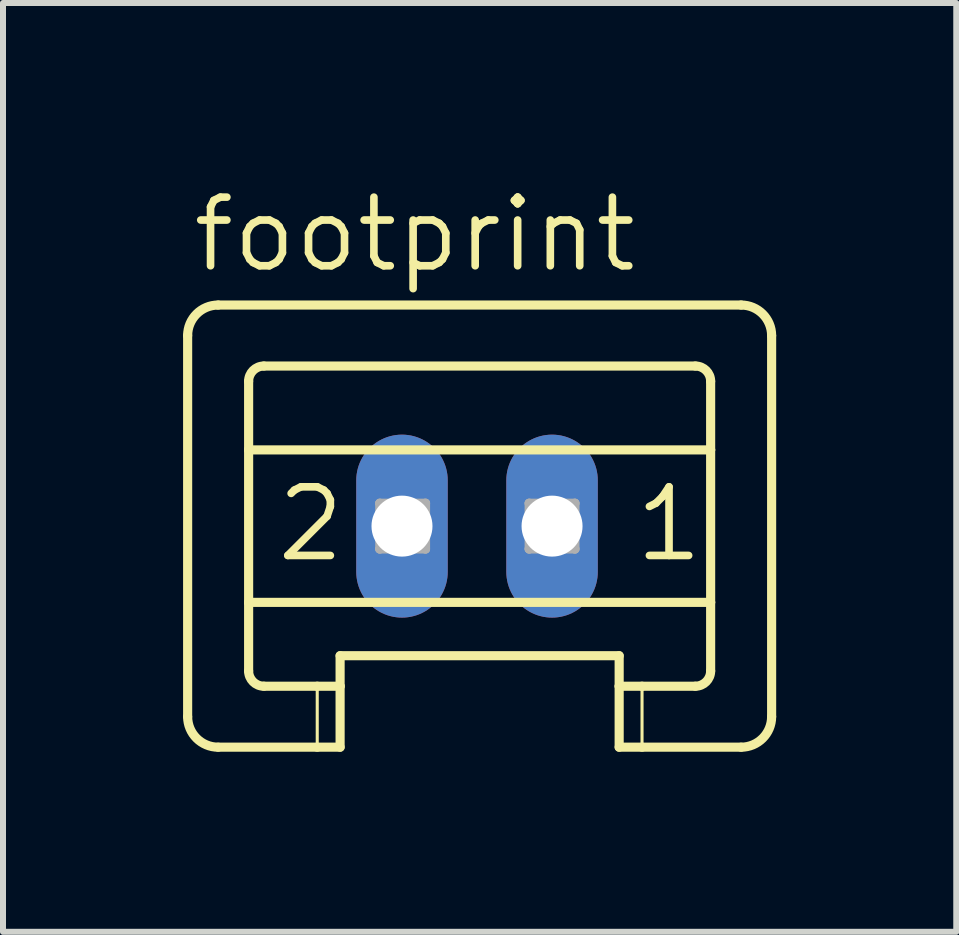
<source format=kicad_pcb>
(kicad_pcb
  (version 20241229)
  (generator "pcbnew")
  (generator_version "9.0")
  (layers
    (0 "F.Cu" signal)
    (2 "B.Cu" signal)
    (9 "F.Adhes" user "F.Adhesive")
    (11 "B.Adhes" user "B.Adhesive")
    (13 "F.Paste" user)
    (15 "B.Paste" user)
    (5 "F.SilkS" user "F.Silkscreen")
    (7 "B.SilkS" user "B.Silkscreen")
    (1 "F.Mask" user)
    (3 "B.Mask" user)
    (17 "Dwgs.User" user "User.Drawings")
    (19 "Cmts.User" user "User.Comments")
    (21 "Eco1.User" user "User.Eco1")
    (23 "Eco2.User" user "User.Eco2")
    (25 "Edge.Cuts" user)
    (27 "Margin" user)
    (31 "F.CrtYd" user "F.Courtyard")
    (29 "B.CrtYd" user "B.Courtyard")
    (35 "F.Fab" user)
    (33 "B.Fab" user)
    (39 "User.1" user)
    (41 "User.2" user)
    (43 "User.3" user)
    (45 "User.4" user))
  (footprint "footprint"
    (layer "F.Cu")
    (at 4.897 5.715)
    (property "Reference" "footprint" (at -4.795 -4.191 0) (layer "F.SilkS") (effects (font (size 1.143 1.143) (thickness 0.127)) (justify left bottom)))
    (fp_line (start -4.821 -3.175) (end -4.821 3.175) (stroke (width 0.152) (type solid)) (layer "F.SilkS"))
    (fp_line (start -4.313 -3.683) (end 4.4 -3.683) (stroke (width 0.152) (type solid)) (layer "F.SilkS"))
    (fp_line (start -3.805 -1.27) (end -3.805 -2.413) (stroke (width 0.152) (type solid)) (layer "F.SilkS"))
    (fp_line (start -3.805 -1.27) (end 3.892 -1.27) (stroke (width 0.152) (type solid)) (layer "F.SilkS"))
    (fp_line (start -3.805 1.27) (end -3.805 -1.27) (stroke (width 0.152) (type solid)) (layer "F.SilkS"))
    (fp_line (start -3.805 1.27) (end 3.892 1.27) (stroke (width 0.152) (type solid)) (layer "F.SilkS"))
    (fp_line (start -3.805 2.413) (end -3.805 1.27) (stroke (width 0.152) (type solid)) (layer "F.SilkS"))
    (fp_line (start -3.551 -2.667) (end 3.638 -2.667) (stroke (width 0.152) (type solid)) (layer "F.SilkS"))
    (fp_line (start -3.551 2.667) (end -2.662 2.667) (stroke (width 0.152) (type solid)) (layer "F.SilkS"))
    (fp_line (start -2.662 2.667) (end -2.662 3.683) (stroke (width 0.051) (type solid)) (layer "F.SilkS"))
    (fp_line (start -2.662 2.667) (end -2.281 2.667) (stroke (width 0.152) (type solid)) (layer "F.SilkS"))
    (fp_line (start -2.662 3.683) (end -4.313 3.683) (stroke (width 0.152) (type solid)) (layer "F.SilkS"))
    (fp_line (start -2.281 2.159) (end 2.368 2.159) (stroke (width 0.152) (type solid)) (layer "F.SilkS"))
    (fp_line (start -2.281 2.667) (end -2.281 2.159) (stroke (width 0.152) (type solid)) (layer "F.SilkS"))
    (fp_line (start -2.281 2.667) (end -2.281 3.683) (stroke (width 0.152) (type solid)) (layer "F.SilkS"))
    (fp_line (start -2.281 3.683) (end -2.662 3.683) (stroke (width 0.152) (type solid)) (layer "F.SilkS"))
    (fp_line (start 2.368 2.667) (end 2.368 2.159) (stroke (width 0.152) (type solid)) (layer "F.SilkS"))
    (fp_line (start 2.368 2.667) (end 2.749 2.667) (stroke (width 0.152) (type solid)) (layer "F.SilkS"))
    (fp_line (start 2.368 3.683) (end 2.368 2.667) (stroke (width 0.152) (type solid)) (layer "F.SilkS"))
    (fp_line (start 2.749 2.667) (end 2.749 3.683) (stroke (width 0.051) (type solid)) (layer "F.SilkS"))
    (fp_line (start 2.749 2.667) (end 3.638 2.667) (stroke (width 0.152) (type solid)) (layer "F.SilkS"))
    (fp_line (start 2.749 3.683) (end 2.368 3.683) (stroke (width 0.152) (type solid)) (layer "F.SilkS"))
    (fp_line (start 3.892 -1.27) (end 3.892 -2.413) (stroke (width 0.152) (type solid)) (layer "F.SilkS"))
    (fp_line (start 3.892 1.27) (end 3.892 -1.27) (stroke (width 0.152) (type solid)) (layer "F.SilkS"))
    (fp_line (start 3.892 2.413) (end 3.892 1.27) (stroke (width 0.152) (type solid)) (layer "F.SilkS"))
    (fp_line (start 4.4 3.683) (end 2.749 3.683) (stroke (width 0.152) (type solid)) (layer "F.SilkS"))
    (fp_line (start 4.908 -3.175) (end 4.908 3.175) (stroke (width 0.152) (type solid)) (layer "F.SilkS"))
    (fp_arc (start -4.821 -3.175) (mid -4.67221 -3.53421) (end -4.313 -3.683) (stroke (width 0.1524) (type solid)) (layer "F.SilkS"))
    (fp_arc (start -4.313 3.683) (mid -4.67221 3.53421) (end -4.821 3.175) (stroke (width 0.1524) (type solid)) (layer "F.SilkS"))
    (fp_arc (start -3.805 -2.413) (mid -3.730605 -2.592605) (end -3.551 -2.667) (stroke (width 0.1524) (type solid)) (layer "F.SilkS"))
    (fp_arc (start -3.551 2.667) (mid -3.730605 2.592605) (end -3.805 2.413) (stroke (width 0.1524) (type solid)) (layer "F.SilkS"))
    (fp_arc (start 3.638 -2.667) (mid 3.817605 -2.592605) (end 3.892 -2.413) (stroke (width 0.1524) (type solid)) (layer "F.SilkS"))
    (fp_arc (start 3.892 2.413) (mid 3.817605 2.592605) (end 3.638 2.667) (stroke (width 0.1524) (type solid)) (layer "F.SilkS"))
    (fp_arc (start 4.4 -3.683) (mid 4.75921 -3.53421) (end 4.908 -3.175) (stroke (width 0.1524) (type solid)) (layer "F.SilkS"))
    (fp_arc (start 4.908 3.175) (mid 4.75921 3.53421) (end 4.4 3.683) (stroke (width 0.1524) (type solid)) (layer "F.SilkS"))
    (fp_line (start -1.62 -0.381) (end -1.62 0.381) (stroke (width 0.152) (type solid)) (layer "F.Fab"))
    (fp_line (start -1.62 -0.381) (end -0.858 0.381) (stroke (width 0.152) (type solid)) (layer "F.Fab"))
    (fp_line (start -1.62 0.381) (end -0.858 0.381) (stroke (width 0.152) (type solid)) (layer "F.Fab"))
    (fp_line (start -0.858 -0.381) (end -1.62 -0.381) (stroke (width 0.152) (type solid)) (layer "F.Fab"))
    (fp_line (start -0.858 -0.381) (end -1.62 0.381) (stroke (width 0.152) (type solid)) (layer "F.Fab"))
    (fp_line (start -0.858 0.381) (end -0.858 -0.381) (stroke (width 0.152) (type solid)) (layer "F.Fab"))
    (fp_line (start 0.869 -0.381) (end 0.869 0.381) (stroke (width 0.152) (type solid)) (layer "F.Fab"))
    (fp_line (start 0.869 -0.381) (end 1.631 0.381) (stroke (width 0.152) (type solid)) (layer "F.Fab"))
    (fp_line (start 0.869 0.381) (end 1.631 0.381) (stroke (width 0.152) (type solid)) (layer "F.Fab"))
    (fp_line (start 1.631 -0.381) (end 0.869 -0.381) (stroke (width 0.152) (type solid)) (layer "F.Fab"))
    (fp_line (start 1.631 -0.381) (end 0.869 0.381) (stroke (width 0.152) (type solid)) (layer "F.Fab"))
    (fp_line (start 1.631 0.381) (end 1.631 -0.381) (stroke (width 0.152) (type solid)) (layer "F.Fab"))
    (fp_text user "2" (at -3.398 0.635 0) (layer "F.SilkS") (effects (font (size 1.143 1.143) (thickness 0.127)) (justify left bottom)))
    (fp_text user "1" (at 2.571 0.635 0) (layer "F.SilkS") (effects (font (size 1.143 1.143) (thickness 0.127)) (justify left bottom)))
    (pad "1" thru_hole oval (at 1.25 0 90) (size 3.048 1.524) (drill 1.016) (layers "*.Cu" "*.Mask"))
    (pad "2" thru_hole oval (at -1.25 0 90) (size 3.048 1.524) (drill 1.016) (layers "*.Cu" "*.Mask")))
  (gr_rect
    (start -3 -3)
    (end 12.881 12.474)
    (stroke (width 0.1) (type default))
    (fill no)
    (layer "Edge.Cuts")))
</source>
